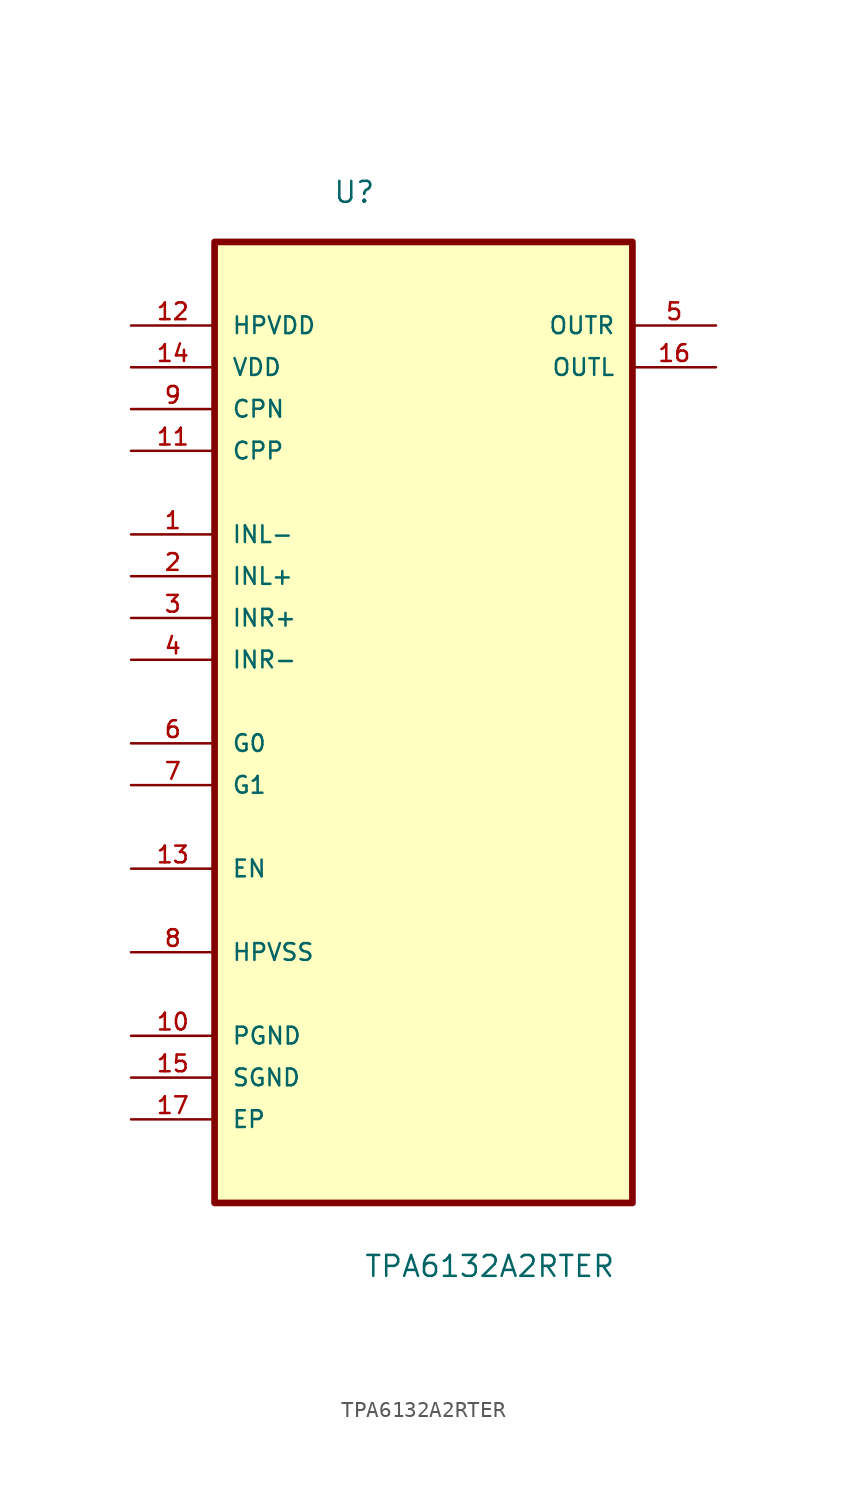
<source format=kicad_sym>
(kicad_symbol_lib
  (version 20211014)
  (generator kicad_symbol_editor)
  (symbol "TPA6132A2RTER"
    (pin_names
      (offset 1.016))
    (property "Reference" "U"
      (at -5.52 27.678 0.0)
      (effects (font (size 1.27 1.27)) (justify bottom left)))
    (property "Value" "TPA6132A2RTER"
      (at -3.637 -37.615 0.0)
      (effects (font (size 1.27 1.27)) (justify bottom left)))
    (symbol "TPA6132A2RTER_0_0"
      (rectangle (start -12.7 -33.02) (end 12.7 25.4) (stroke (width 0.406)) (fill (type background)))
      (pin power_in line (at -17.78 20.32 0) (length 5.08) (name "HPVDD" (effects (font (size 1.016 1.016)))) (number "12" (effects (font (size 1.016 1.016)))))
      (pin power_in line (at -17.78 17.78 0) (length 5.08) (name "VDD" (effects (font (size 1.016 1.016)))) (number "14" (effects (font (size 1.016 1.016)))))
      (pin power_in line (at -17.78 15.24 0) (length 5.08) (name "CPN" (effects (font (size 1.016 1.016)))) (number "9" (effects (font (size 1.016 1.016)))))
      (pin power_in line (at -17.78 12.7 0) (length 5.08) (name "CPP" (effects (font (size 1.016 1.016)))) (number "11" (effects (font (size 1.016 1.016)))))
      (pin input line (at -17.78 7.62 0) (length 5.08) (name "INL-" (effects (font (size 1.016 1.016)))) (number "1" (effects (font (size 1.016 1.016)))))
      (pin input line (at -17.78 5.08 0) (length 5.08) (name "INL+" (effects (font (size 1.016 1.016)))) (number "2" (effects (font (size 1.016 1.016)))))
      (pin input line (at -17.78 2.54 0) (length 5.08) (name "INR+" (effects (font (size 1.016 1.016)))) (number "3" (effects (font (size 1.016 1.016)))))
      (pin input line (at -17.78 0.0 0) (length 5.08) (name "INR-" (effects (font (size 1.016 1.016)))) (number "4" (effects (font (size 1.016 1.016)))))
      (pin input line (at -17.78 -5.08 0) (length 5.08) (name "G0" (effects (font (size 1.016 1.016)))) (number "6" (effects (font (size 1.016 1.016)))))
      (pin input line (at -17.78 -7.62 0) (length 5.08) (name "G1" (effects (font (size 1.016 1.016)))) (number "7" (effects (font (size 1.016 1.016)))))
      (pin input line (at -17.78 -12.7 0) (length 5.08) (name "EN" (effects (font (size 1.016 1.016)))) (number "13" (effects (font (size 1.016 1.016)))))
      (pin power_in line (at -17.78 -17.78 0) (length 5.08) (name "HPVSS" (effects (font (size 1.016 1.016)))) (number "8" (effects (font (size 1.016 1.016)))))
      (pin passive line (at -17.78 -22.86 0) (length 5.08) (name "PGND" (effects (font (size 1.016 1.016)))) (number "10" (effects (font (size 1.016 1.016)))))
      (pin passive line (at -17.78 -25.4 0) (length 5.08) (name "SGND" (effects (font (size 1.016 1.016)))) (number "15" (effects (font (size 1.016 1.016)))))
      (pin passive line (at -17.78 -27.94 0) (length 5.08) (name "EP" (effects (font (size 1.016 1.016)))) (number "17" (effects (font (size 1.016 1.016)))))
      (pin output line (at 17.78 20.32 180.0) (length 5.08) (name "OUTR" (effects (font (size 1.016 1.016)))) (number "5" (effects (font (size 1.016 1.016)))))
      (pin output line (at 17.78 17.78 180.0) (length 5.08) (name "OUTL" (effects (font (size 1.016 1.016)))) (number "16" (effects (font (size 1.016 1.016))))))))
</source>
